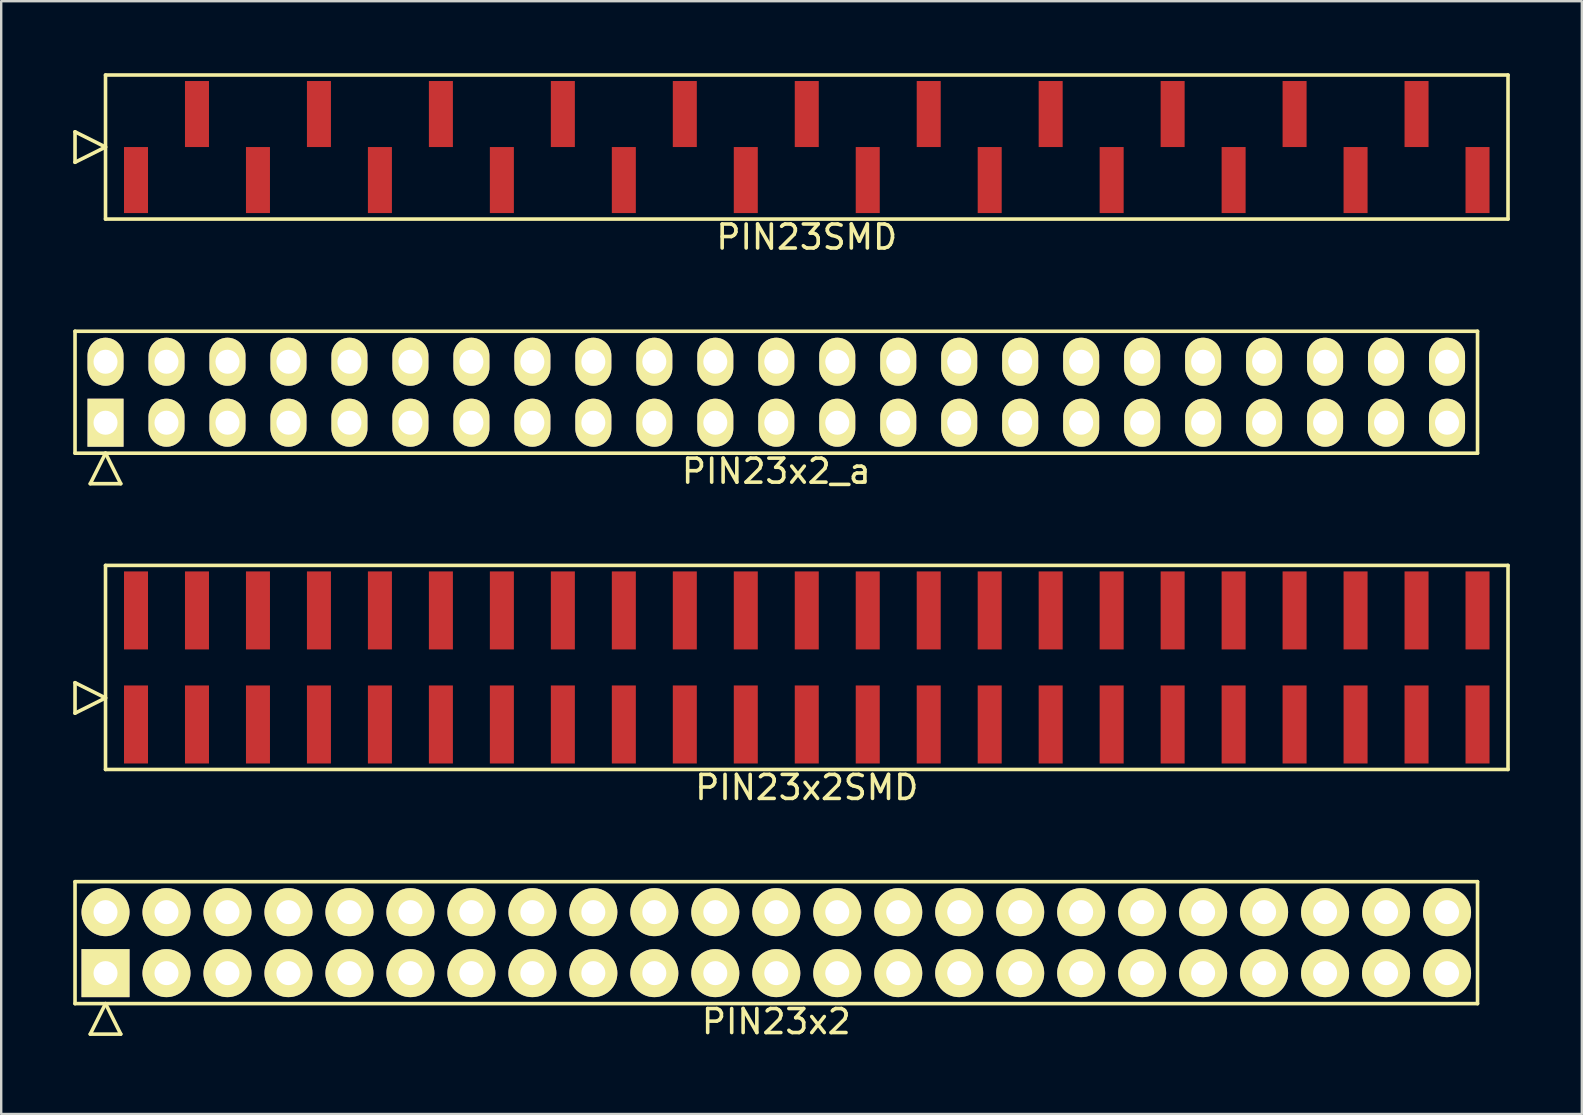
<source format=kicad_pcb>
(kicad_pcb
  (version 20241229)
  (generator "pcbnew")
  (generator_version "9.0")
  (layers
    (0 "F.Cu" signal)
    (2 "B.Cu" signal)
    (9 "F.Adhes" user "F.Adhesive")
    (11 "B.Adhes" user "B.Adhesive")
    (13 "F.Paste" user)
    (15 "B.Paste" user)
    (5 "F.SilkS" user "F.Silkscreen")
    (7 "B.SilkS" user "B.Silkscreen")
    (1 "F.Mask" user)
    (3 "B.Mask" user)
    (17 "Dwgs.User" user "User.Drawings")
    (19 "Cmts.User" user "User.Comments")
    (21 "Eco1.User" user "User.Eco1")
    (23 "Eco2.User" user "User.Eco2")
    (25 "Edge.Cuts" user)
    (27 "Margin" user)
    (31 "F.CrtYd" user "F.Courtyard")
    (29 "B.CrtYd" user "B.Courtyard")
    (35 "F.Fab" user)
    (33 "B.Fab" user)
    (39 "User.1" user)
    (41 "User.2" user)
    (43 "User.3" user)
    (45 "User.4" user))
  (footprint "PIN23x2_a"
    (layer "F.Cu")
    (at 29.285 13.288)
    (property "Reference" "PIN23x2_a" (at 0 3.29 0) (layer "F.SilkS") (effects (font (size 1 1) (thickness 0.15))))
    (attr through_hole)
    (fp_line (start -29.21 -2.54) (end -29.21 2.54) (stroke (width 0.15) (type solid)) (layer "F.SilkS"))
    (fp_line (start -29.21 2.54) (end 29.21 2.54) (stroke (width 0.15) (type solid)) (layer "F.SilkS"))
    (fp_line (start -28.575 3.81) (end -27.94 2.54) (stroke (width 0.15) (type solid)) (layer "F.SilkS"))
    (fp_line (start -28.575 3.81) (end -27.305 3.81) (stroke (width 0.15) (type solid)) (layer "F.SilkS"))
    (fp_line (start -27.305 3.81) (end -27.94 2.54) (stroke (width 0.15) (type solid)) (layer "F.SilkS"))
    (fp_line (start 29.21 -2.54) (end -29.21 -2.54) (stroke (width 0.15) (type solid)) (layer "F.SilkS"))
    (fp_line (start 29.21 2.54) (end 29.21 -2.54) (stroke (width 0.15) (type solid)) (layer "F.SilkS"))
    (pad "1" thru_hole rect (at -27.94 1.27) (size 1.5 2) (drill 1) (layers "*.Cu" "*.Mask" "F.SilkS"))
    (pad "2" thru_hole oval (at -27.94 -1.27) (size 1.5 2) (drill 1) (layers "*.Cu" "*.Mask" "F.SilkS"))
    (pad "3" thru_hole oval (at -25.4 1.27) (size 1.5 2) (drill 1) (layers "*.Cu" "*.Mask" "F.SilkS"))
    (pad "4" thru_hole oval (at -25.4 -1.27) (size 1.5 2) (drill 1) (layers "*.Cu" "*.Mask" "F.SilkS"))
    (pad "5" thru_hole oval (at -22.86 1.27) (size 1.5 2) (drill 1) (layers "*.Cu" "*.Mask" "F.SilkS"))
    (pad "6" thru_hole oval (at -22.86 -1.27) (size 1.5 2) (drill 1) (layers "*.Cu" "*.Mask" "F.SilkS"))
    (pad "7" thru_hole oval (at -20.32 1.27) (size 1.5 2) (drill 1) (layers "*.Cu" "*.Mask" "F.SilkS"))
    (pad "8" thru_hole oval (at -20.32 -1.27) (size 1.5 2) (drill 1) (layers "*.Cu" "*.Mask" "F.SilkS"))
    (pad "9" thru_hole oval (at -17.78 1.27) (size 1.5 2) (drill 1) (layers "*.Cu" "*.Mask" "F.SilkS"))
    (pad "10" thru_hole oval (at -17.78 -1.27) (size 1.5 2) (drill 1) (layers "*.Cu" "*.Mask" "F.SilkS"))
    (pad "11" thru_hole oval (at -15.24 1.27) (size 1.5 2) (drill 1) (layers "*.Cu" "*.Mask" "F.SilkS"))
    (pad "12" thru_hole oval (at -15.24 -1.27) (size 1.5 2) (drill 1) (layers "*.Cu" "*.Mask" "F.SilkS"))
    (pad "13" thru_hole oval (at -12.7 1.27) (size 1.5 2) (drill 1) (layers "*.Cu" "*.Mask" "F.SilkS"))
    (pad "14" thru_hole oval (at -12.7 -1.27) (size 1.5 2) (drill 1) (layers "*.Cu" "*.Mask" "F.SilkS"))
    (pad "15" thru_hole oval (at -10.16 1.27) (size 1.5 2) (drill 1) (layers "*.Cu" "*.Mask" "F.SilkS"))
    (pad "16" thru_hole oval (at -10.16 -1.27) (size 1.5 2) (drill 1) (layers "*.Cu" "*.Mask" "F.SilkS"))
    (pad "17" thru_hole oval (at -7.62 1.27) (size 1.5 2) (drill 1) (layers "*.Cu" "*.Mask" "F.SilkS"))
    (pad "18" thru_hole oval (at -7.62 -1.27) (size 1.5 2) (drill 1) (layers "*.Cu" "*.Mask" "F.SilkS"))
    (pad "19" thru_hole oval (at -5.08 1.27) (size 1.5 2) (drill 1) (layers "*.Cu" "*.Mask" "F.SilkS"))
    (pad "20" thru_hole oval (at -5.08 -1.27) (size 1.5 2) (drill 1) (layers "*.Cu" "*.Mask" "F.SilkS"))
    (pad "21" thru_hole oval (at -2.54 1.27) (size 1.5 2) (drill 1) (layers "*.Cu" "*.Mask" "F.SilkS"))
    (pad "22" thru_hole oval (at -2.54 -1.27) (size 1.5 2) (drill 1) (layers "*.Cu" "*.Mask" "F.SilkS"))
    (pad "23" thru_hole oval (at 0 1.27) (size 1.5 2) (drill 1) (layers "*.Cu" "*.Mask" "F.SilkS"))
    (pad "24" thru_hole oval (at 0 -1.27) (size 1.5 2) (drill 1) (layers "*.Cu" "*.Mask" "F.SilkS"))
    (pad "25" thru_hole oval (at 2.54 1.27) (size 1.5 2) (drill 1) (layers "*.Cu" "*.Mask" "F.SilkS"))
    (pad "26" thru_hole oval (at 2.54 -1.27) (size 1.5 2) (drill 1) (layers "*.Cu" "*.Mask" "F.SilkS"))
    (pad "27" thru_hole oval (at 5.08 1.27) (size 1.5 2) (drill 1) (layers "*.Cu" "*.Mask" "F.SilkS"))
    (pad "28" thru_hole oval (at 5.08 -1.27) (size 1.5 2) (drill 1) (layers "*.Cu" "*.Mask" "F.SilkS"))
    (pad "29" thru_hole oval (at 7.62 1.27) (size 1.5 2) (drill 1) (layers "*.Cu" "*.Mask" "F.SilkS"))
    (pad "30" thru_hole oval (at 7.62 -1.27) (size 1.5 2) (drill 1) (layers "*.Cu" "*.Mask" "F.SilkS"))
    (pad "31" thru_hole oval (at 10.16 1.27) (size 1.5 2) (drill 1) (layers "*.Cu" "*.Mask" "F.SilkS"))
    (pad "32" thru_hole oval (at 10.16 -1.27) (size 1.5 2) (drill 1) (layers "*.Cu" "*.Mask" "F.SilkS"))
    (pad "33" thru_hole oval (at 12.7 1.27) (size 1.5 2) (drill 1) (layers "*.Cu" "*.Mask" "F.SilkS"))
    (pad "34" thru_hole oval (at 12.7 -1.27) (size 1.5 2) (drill 1) (layers "*.Cu" "*.Mask" "F.SilkS"))
    (pad "35" thru_hole oval (at 15.24 1.27) (size 1.5 2) (drill 1) (layers "*.Cu" "*.Mask" "F.SilkS"))
    (pad "36" thru_hole oval (at 15.24 -1.27) (size 1.5 2) (drill 1) (layers "*.Cu" "*.Mask" "F.SilkS"))
    (pad "37" thru_hole oval (at 17.78 1.27) (size 1.5 2) (drill 1) (layers "*.Cu" "*.Mask" "F.SilkS"))
    (pad "38" thru_hole oval (at 17.78 -1.27) (size 1.5 2) (drill 1) (layers "*.Cu" "*.Mask" "F.SilkS"))
    (pad "39" thru_hole oval (at 20.32 1.27) (size 1.5 2) (drill 1) (layers "*.Cu" "*.Mask" "F.SilkS"))
    (pad "40" thru_hole oval (at 20.32 -1.27) (size 1.5 2) (drill 1) (layers "*.Cu" "*.Mask" "F.SilkS"))
    (pad "41" thru_hole oval (at 22.86 1.27) (size 1.5 2) (drill 1) (layers "*.Cu" "*.Mask" "F.SilkS"))
    (pad "42" thru_hole oval (at 22.86 -1.27) (size 1.5 2) (drill 1) (layers "*.Cu" "*.Mask" "F.SilkS"))
    (pad "43" thru_hole oval (at 25.4 1.27) (size 1.5 2) (drill 1) (layers "*.Cu" "*.Mask" "F.SilkS"))
    (pad "44" thru_hole oval (at 25.4 -1.27) (size 1.5 2) (drill 1) (layers "*.Cu" "*.Mask" "F.SilkS"))
    (pad "45" thru_hole oval (at 27.94 1.27) (size 1.5 2) (drill 1) (layers "*.Cu" "*.Mask" "F.SilkS"))
    (pad "46" thru_hole oval (at 27.94 -1.27) (size 1.5 2) (drill 1) (layers "*.Cu" "*.Mask" "F.SilkS")))
  (footprint "PIN23SMD"
    (layer "F.Cu")
    (at 30.555 3.075)
    (property "Reference" "PIN23SMD" (at 0 3.75 0) (layer "F.SilkS") (effects (font (size 1 1) (thickness 0.15))))
    (attr through_hole)
    (fp_line (start -30.48 0.635) (end -30.48 -0.635) (stroke (width 0.15) (type solid)) (layer "F.SilkS"))
    (fp_line (start -29.21 -3) (end -29.21 3) (stroke (width 0.15) (type solid)) (layer "F.SilkS"))
    (fp_line (start -29.21 0) (end -30.48 -0.635) (stroke (width 0.15) (type solid)) (layer "F.SilkS"))
    (fp_line (start -29.21 0) (end -30.48 0.635) (stroke (width 0.15) (type solid)) (layer "F.SilkS"))
    (fp_line (start -29.21 3) (end 29.21 3) (stroke (width 0.15) (type solid)) (layer "F.SilkS"))
    (fp_line (start 29.21 -3) (end -29.21 -3) (stroke (width 0.15) (type solid)) (layer "F.SilkS"))
    (fp_line (start 29.21 3) (end 29.21 -3) (stroke (width 0.15) (type solid)) (layer "F.SilkS"))
    (pad "1" smd rect (at -27.94 1.375) (size 1 2.75) (layers "F.Cu" "F.Mask" "F.Paste"))
    (pad "2" smd rect (at -25.4 -1.375) (size 1 2.75) (layers "F.Cu" "F.Mask" "F.Paste"))
    (pad "3" smd rect (at -22.86 1.375) (size 1 2.75) (layers "F.Cu" "F.Mask" "F.Paste"))
    (pad "4" smd rect (at -20.32 -1.375) (size 1 2.75) (layers "F.Cu" "F.Mask" "F.Paste"))
    (pad "5" smd rect (at -17.78 1.375) (size 1 2.75) (layers "F.Cu" "F.Mask" "F.Paste"))
    (pad "6" smd rect (at -15.24 -1.375) (size 1 2.75) (layers "F.Cu" "F.Mask" "F.Paste"))
    (pad "7" smd rect (at -12.7 1.375) (size 1 2.75) (layers "F.Cu" "F.Mask" "F.Paste"))
    (pad "8" smd rect (at -10.16 -1.375) (size 1 2.75) (layers "F.Cu" "F.Mask" "F.Paste"))
    (pad "9" smd rect (at -7.62 1.375) (size 1 2.75) (layers "F.Cu" "F.Mask" "F.Paste"))
    (pad "10" smd rect (at -5.08 -1.375) (size 1 2.75) (layers "F.Cu" "F.Mask" "F.Paste"))
    (pad "11" smd rect (at -2.54 1.375) (size 1 2.75) (layers "F.Cu" "F.Mask" "F.Paste"))
    (pad "12" smd rect (at 0 -1.375) (size 1 2.75) (layers "F.Cu" "F.Mask" "F.Paste"))
    (pad "13" smd rect (at 2.54 1.375) (size 1 2.75) (layers "F.Cu" "F.Mask" "F.Paste"))
    (pad "14" smd rect (at 5.08 -1.375) (size 1 2.75) (layers "F.Cu" "F.Mask" "F.Paste"))
    (pad "15" smd rect (at 7.62 1.375) (size 1 2.75) (layers "F.Cu" "F.Mask" "F.Paste"))
    (pad "16" smd rect (at 10.16 -1.375) (size 1 2.75) (layers "F.Cu" "F.Mask" "F.Paste"))
    (pad "17" smd rect (at 12.7 1.375) (size 1 2.75) (layers "F.Cu" "F.Mask" "F.Paste"))
    (pad "18" smd rect (at 15.24 -1.375) (size 1 2.75) (layers "F.Cu" "F.Mask" "F.Paste"))
    (pad "19" smd rect (at 17.78 1.375) (size 1 2.75) (layers "F.Cu" "F.Mask" "F.Paste"))
    (pad "20" smd rect (at 20.32 -1.375) (size 1 2.75) (layers "F.Cu" "F.Mask" "F.Paste"))
    (pad "21" smd rect (at 22.86 1.375) (size 1 2.75) (layers "F.Cu" "F.Mask" "F.Paste"))
    (pad "22" smd rect (at 25.4 -1.375) (size 1 2.75) (layers "F.Cu" "F.Mask" "F.Paste"))
    (pad "23" smd rect (at 27.94 1.375) (size 1 2.75) (layers "F.Cu" "F.Mask" "F.Paste")))
  (footprint "PIN23x2"
    (layer "F.Cu")
    (at 29.285 36.215)
    (property "Reference" "PIN23x2" (at 0 3.29 0) (layer "F.SilkS") (effects (font (size 1 1) (thickness 0.15))))
    (attr through_hole)
    (fp_line (start -29.21 -2.54) (end -29.21 2.54) (stroke (width 0.15) (type solid)) (layer "F.SilkS"))
    (fp_line (start -29.21 2.54) (end 29.21 2.54) (stroke (width 0.15) (type solid)) (layer "F.SilkS"))
    (fp_line (start -28.575 3.81) (end -27.94 2.54) (stroke (width 0.15) (type solid)) (layer "F.SilkS"))
    (fp_line (start -28.575 3.81) (end -27.305 3.81) (stroke (width 0.15) (type solid)) (layer "F.SilkS"))
    (fp_line (start -27.305 3.81) (end -27.94 2.54) (stroke (width 0.15) (type solid)) (layer "F.SilkS"))
    (fp_line (start 29.21 -2.54) (end -29.21 -2.54) (stroke (width 0.15) (type solid)) (layer "F.SilkS"))
    (fp_line (start 29.21 2.54) (end 29.21 -2.54) (stroke (width 0.15) (type solid)) (layer "F.SilkS"))
    (pad "1" thru_hole rect (at -27.94 1.27) (size 2 2) (drill 1) (layers "*.Cu" "*.Mask" "F.SilkS"))
    (pad "2" thru_hole oval (at -27.94 -1.27) (size 2 2) (drill 1) (layers "*.Cu" "*.Mask" "F.SilkS"))
    (pad "3" thru_hole oval (at -25.4 1.27) (size 2 2) (drill 1) (layers "*.Cu" "*.Mask" "F.SilkS"))
    (pad "4" thru_hole oval (at -25.4 -1.27) (size 2 2) (drill 1) (layers "*.Cu" "*.Mask" "F.SilkS"))
    (pad "5" thru_hole oval (at -22.86 1.27) (size 2 2) (drill 1) (layers "*.Cu" "*.Mask" "F.SilkS"))
    (pad "6" thru_hole oval (at -22.86 -1.27) (size 2 2) (drill 1) (layers "*.Cu" "*.Mask" "F.SilkS"))
    (pad "7" thru_hole oval (at -20.32 1.27) (size 2 2) (drill 1) (layers "*.Cu" "*.Mask" "F.SilkS"))
    (pad "8" thru_hole oval (at -20.32 -1.27) (size 2 2) (drill 1) (layers "*.Cu" "*.Mask" "F.SilkS"))
    (pad "9" thru_hole oval (at -17.78 1.27) (size 2 2) (drill 1) (layers "*.Cu" "*.Mask" "F.SilkS"))
    (pad "10" thru_hole oval (at -17.78 -1.27) (size 2 2) (drill 1) (layers "*.Cu" "*.Mask" "F.SilkS"))
    (pad "11" thru_hole oval (at -15.24 1.27) (size 2 2) (drill 1) (layers "*.Cu" "*.Mask" "F.SilkS"))
    (pad "12" thru_hole oval (at -15.24 -1.27) (size 2 2) (drill 1) (layers "*.Cu" "*.Mask" "F.SilkS"))
    (pad "13" thru_hole oval (at -12.7 1.27) (size 2 2) (drill 1) (layers "*.Cu" "*.Mask" "F.SilkS"))
    (pad "14" thru_hole oval (at -12.7 -1.27) (size 2 2) (drill 1) (layers "*.Cu" "*.Mask" "F.SilkS"))
    (pad "15" thru_hole oval (at -10.16 1.27) (size 2 2) (drill 1) (layers "*.Cu" "*.Mask" "F.SilkS"))
    (pad "16" thru_hole oval (at -10.16 -1.27) (size 2 2) (drill 1) (layers "*.Cu" "*.Mask" "F.SilkS"))
    (pad "17" thru_hole oval (at -7.62 1.27) (size 2 2) (drill 1) (layers "*.Cu" "*.Mask" "F.SilkS"))
    (pad "18" thru_hole oval (at -7.62 -1.27) (size 2 2) (drill 1) (layers "*.Cu" "*.Mask" "F.SilkS"))
    (pad "19" thru_hole oval (at -5.08 1.27) (size 2 2) (drill 1) (layers "*.Cu" "*.Mask" "F.SilkS"))
    (pad "20" thru_hole oval (at -5.08 -1.27) (size 2 2) (drill 1) (layers "*.Cu" "*.Mask" "F.SilkS"))
    (pad "21" thru_hole oval (at -2.54 1.27) (size 2 2) (drill 1) (layers "*.Cu" "*.Mask" "F.SilkS"))
    (pad "22" thru_hole oval (at -2.54 -1.27) (size 2 2) (drill 1) (layers "*.Cu" "*.Mask" "F.SilkS"))
    (pad "23" thru_hole oval (at 0 1.27) (size 2 2) (drill 1) (layers "*.Cu" "*.Mask" "F.SilkS"))
    (pad "24" thru_hole oval (at 0 -1.27) (size 2 2) (drill 1) (layers "*.Cu" "*.Mask" "F.SilkS"))
    (pad "25" thru_hole oval (at 2.54 1.27) (size 2 2) (drill 1) (layers "*.Cu" "*.Mask" "F.SilkS"))
    (pad "26" thru_hole oval (at 2.54 -1.27) (size 2 2) (drill 1) (layers "*.Cu" "*.Mask" "F.SilkS"))
    (pad "27" thru_hole oval (at 5.08 1.27) (size 2 2) (drill 1) (layers "*.Cu" "*.Mask" "F.SilkS"))
    (pad "28" thru_hole oval (at 5.08 -1.27) (size 2 2) (drill 1) (layers "*.Cu" "*.Mask" "F.SilkS"))
    (pad "29" thru_hole oval (at 7.62 1.27) (size 2 2) (drill 1) (layers "*.Cu" "*.Mask" "F.SilkS"))
    (pad "30" thru_hole oval (at 7.62 -1.27) (size 2 2) (drill 1) (layers "*.Cu" "*.Mask" "F.SilkS"))
    (pad "31" thru_hole oval (at 10.16 1.27) (size 2 2) (drill 1) (layers "*.Cu" "*.Mask" "F.SilkS"))
    (pad "32" thru_hole oval (at 10.16 -1.27) (size 2 2) (drill 1) (layers "*.Cu" "*.Mask" "F.SilkS"))
    (pad "33" thru_hole oval (at 12.7 1.27) (size 2 2) (drill 1) (layers "*.Cu" "*.Mask" "F.SilkS"))
    (pad "34" thru_hole oval (at 12.7 -1.27) (size 2 2) (drill 1) (layers "*.Cu" "*.Mask" "F.SilkS"))
    (pad "35" thru_hole oval (at 15.24 1.27) (size 2 2) (drill 1) (layers "*.Cu" "*.Mask" "F.SilkS"))
    (pad "36" thru_hole oval (at 15.24 -1.27) (size 2 2) (drill 1) (layers "*.Cu" "*.Mask" "F.SilkS"))
    (pad "37" thru_hole oval (at 17.78 1.27) (size 2 2) (drill 1) (layers "*.Cu" "*.Mask" "F.SilkS"))
    (pad "38" thru_hole oval (at 17.78 -1.27) (size 2 2) (drill 1) (layers "*.Cu" "*.Mask" "F.SilkS"))
    (pad "39" thru_hole oval (at 20.32 1.27) (size 2 2) (drill 1) (layers "*.Cu" "*.Mask" "F.SilkS"))
    (pad "40" thru_hole oval (at 20.32 -1.27) (size 2 2) (drill 1) (layers "*.Cu" "*.Mask" "F.SilkS"))
    (pad "41" thru_hole oval (at 22.86 1.27) (size 2 2) (drill 1) (layers "*.Cu" "*.Mask" "F.SilkS"))
    (pad "42" thru_hole oval (at 22.86 -1.27) (size 2 2) (drill 1) (layers "*.Cu" "*.Mask" "F.SilkS"))
    (pad "43" thru_hole oval (at 25.4 1.27) (size 2 2) (drill 1) (layers "*.Cu" "*.Mask" "F.SilkS"))
    (pad "44" thru_hole oval (at 25.4 -1.27) (size 2 2) (drill 1) (layers "*.Cu" "*.Mask" "F.SilkS"))
    (pad "45" thru_hole oval (at 27.94 1.27) (size 2 2) (drill 1) (layers "*.Cu" "*.Mask" "F.SilkS"))
    (pad "46" thru_hole oval (at 27.94 -1.27) (size 2 2) (drill 1) (layers "*.Cu" "*.Mask" "F.SilkS")))
  (footprint "PIN23x2SMD"
    (layer "F.Cu")
    (at 30.555 24.752)
    (property "Reference" "PIN23x2SMD" (at 0 5 0) (layer "F.SilkS") (effects (font (size 1 1) (thickness 0.15))))
    (attr through_hole)
    (fp_line (start -30.48 1.905) (end -30.48 0.635) (stroke (width 0.15) (type solid)) (layer "F.SilkS"))
    (fp_line (start -29.21 -4.25) (end -29.21 4.25) (stroke (width 0.15) (type solid)) (layer "F.SilkS"))
    (fp_line (start -29.21 1.27) (end -30.48 0.635) (stroke (width 0.15) (type solid)) (layer "F.SilkS"))
    (fp_line (start -29.21 1.27) (end -30.48 1.905) (stroke (width 0.15) (type solid)) (layer "F.SilkS"))
    (fp_line (start -29.21 4.25) (end 29.21 4.25) (stroke (width 0.15) (type solid)) (layer "F.SilkS"))
    (fp_line (start 29.21 -4.25) (end -29.21 -4.25) (stroke (width 0.15) (type solid)) (layer "F.SilkS"))
    (fp_line (start 29.21 4.25) (end 29.21 -4.25) (stroke (width 0.15) (type solid)) (layer "F.SilkS"))
    (pad "1" smd rect (at -27.94 2.375) (size 1 3.25) (layers "F.Cu" "F.Mask" "F.Paste"))
    (pad "2" smd rect (at -27.94 -2.375) (size 1 3.25) (layers "F.Cu" "F.Mask" "F.Paste"))
    (pad "3" smd rect (at -25.4 2.375) (size 1 3.25) (layers "F.Cu" "F.Mask" "F.Paste"))
    (pad "4" smd rect (at -25.4 -2.375) (size 1 3.25) (layers "F.Cu" "F.Mask" "F.Paste"))
    (pad "5" smd rect (at -22.86 2.375) (size 1 3.25) (layers "F.Cu" "F.Mask" "F.Paste"))
    (pad "6" smd rect (at -22.86 -2.375) (size 1 3.25) (layers "F.Cu" "F.Mask" "F.Paste"))
    (pad "7" smd rect (at -20.32 2.375) (size 1 3.25) (layers "F.Cu" "F.Mask" "F.Paste"))
    (pad "8" smd rect (at -20.32 -2.375) (size 1 3.25) (layers "F.Cu" "F.Mask" "F.Paste"))
    (pad "9" smd rect (at -17.78 2.375) (size 1 3.25) (layers "F.Cu" "F.Mask" "F.Paste"))
    (pad "10" smd rect (at -17.78 -2.375) (size 1 3.25) (layers "F.Cu" "F.Mask" "F.Paste"))
    (pad "11" smd rect (at -15.24 2.375) (size 1 3.25) (layers "F.Cu" "F.Mask" "F.Paste"))
    (pad "12" smd rect (at -15.24 -2.375) (size 1 3.25) (layers "F.Cu" "F.Mask" "F.Paste"))
    (pad "13" smd rect (at -12.7 2.375) (size 1 3.25) (layers "F.Cu" "F.Mask" "F.Paste"))
    (pad "14" smd rect (at -12.7 -2.375) (size 1 3.25) (layers "F.Cu" "F.Mask" "F.Paste"))
    (pad "15" smd rect (at -10.16 2.375) (size 1 3.25) (layers "F.Cu" "F.Mask" "F.Paste"))
    (pad "16" smd rect (at -10.16 -2.375) (size 1 3.25) (layers "F.Cu" "F.Mask" "F.Paste"))
    (pad "17" smd rect (at -7.62 2.375) (size 1 3.25) (layers "F.Cu" "F.Mask" "F.Paste"))
    (pad "18" smd rect (at -7.62 -2.375) (size 1 3.25) (layers "F.Cu" "F.Mask" "F.Paste"))
    (pad "19" smd rect (at -5.08 2.375) (size 1 3.25) (layers "F.Cu" "F.Mask" "F.Paste"))
    (pad "20" smd rect (at -5.08 -2.375) (size 1 3.25) (layers "F.Cu" "F.Mask" "F.Paste"))
    (pad "21" smd rect (at -2.54 2.375) (size 1 3.25) (layers "F.Cu" "F.Mask" "F.Paste"))
    (pad "22" smd rect (at -2.54 -2.375) (size 1 3.25) (layers "F.Cu" "F.Mask" "F.Paste"))
    (pad "23" smd rect (at 0 2.375) (size 1 3.25) (layers "F.Cu" "F.Mask" "F.Paste"))
    (pad "24" smd rect (at 0 -2.375) (size 1 3.25) (layers "F.Cu" "F.Mask" "F.Paste"))
    (pad "25" smd rect (at 2.54 2.375) (size 1 3.25) (layers "F.Cu" "F.Mask" "F.Paste"))
    (pad "26" smd rect (at 2.54 -2.375) (size 1 3.25) (layers "F.Cu" "F.Mask" "F.Paste"))
    (pad "27" smd rect (at 5.08 2.375) (size 1 3.25) (layers "F.Cu" "F.Mask" "F.Paste"))
    (pad "28" smd rect (at 5.08 -2.375) (size 1 3.25) (layers "F.Cu" "F.Mask" "F.Paste"))
    (pad "29" smd rect (at 7.62 2.375) (size 1 3.25) (layers "F.Cu" "F.Mask" "F.Paste"))
    (pad "30" smd rect (at 7.62 -2.375) (size 1 3.25) (layers "F.Cu" "F.Mask" "F.Paste"))
    (pad "31" smd rect (at 10.16 2.375) (size 1 3.25) (layers "F.Cu" "F.Mask" "F.Paste"))
    (pad "32" smd rect (at 10.16 -2.375) (size 1 3.25) (layers "F.Cu" "F.Mask" "F.Paste"))
    (pad "33" smd rect (at 12.7 2.375) (size 1 3.25) (layers "F.Cu" "F.Mask" "F.Paste"))
    (pad "34" smd rect (at 12.7 -2.375) (size 1 3.25) (layers "F.Cu" "F.Mask" "F.Paste"))
    (pad "35" smd rect (at 15.24 2.375) (size 1 3.25) (layers "F.Cu" "F.Mask" "F.Paste"))
    (pad "36" smd rect (at 15.24 -2.375) (size 1 3.25) (layers "F.Cu" "F.Mask" "F.Paste"))
    (pad "37" smd rect (at 17.78 2.375) (size 1 3.25) (layers "F.Cu" "F.Mask" "F.Paste"))
    (pad "38" smd rect (at 17.78 -2.375) (size 1 3.25) (layers "F.Cu" "F.Mask" "F.Paste"))
    (pad "39" smd rect (at 20.32 2.375) (size 1 3.25) (layers "F.Cu" "F.Mask" "F.Paste"))
    (pad "40" smd rect (at 20.32 -2.375) (size 1 3.25) (layers "F.Cu" "F.Mask" "F.Paste"))
    (pad "41" smd rect (at 22.86 2.375) (size 1 3.25) (layers "F.Cu" "F.Mask" "F.Paste"))
    (pad "42" smd rect (at 22.86 -2.375) (size 1 3.25) (layers "F.Cu" "F.Mask" "F.Paste"))
    (pad "43" smd rect (at 25.4 2.375) (size 1 3.25) (layers "F.Cu" "F.Mask" "F.Paste"))
    (pad "44" smd rect (at 25.4 -2.375) (size 1 3.25) (layers "F.Cu" "F.Mask" "F.Paste"))
    (pad "45" smd rect (at 27.94 2.375) (size 1 3.25) (layers "F.Cu" "F.Mask" "F.Paste"))
    (pad "46" smd rect (at 27.94 -2.375) (size 1 3.25) (layers "F.Cu" "F.Mask" "F.Paste")))
  (gr_rect
    (start -3 -3)
    (end 62.84 43.353)
    (stroke (width 0.1) (type default))
    (fill no)
    (layer "Edge.Cuts")))
</source>
